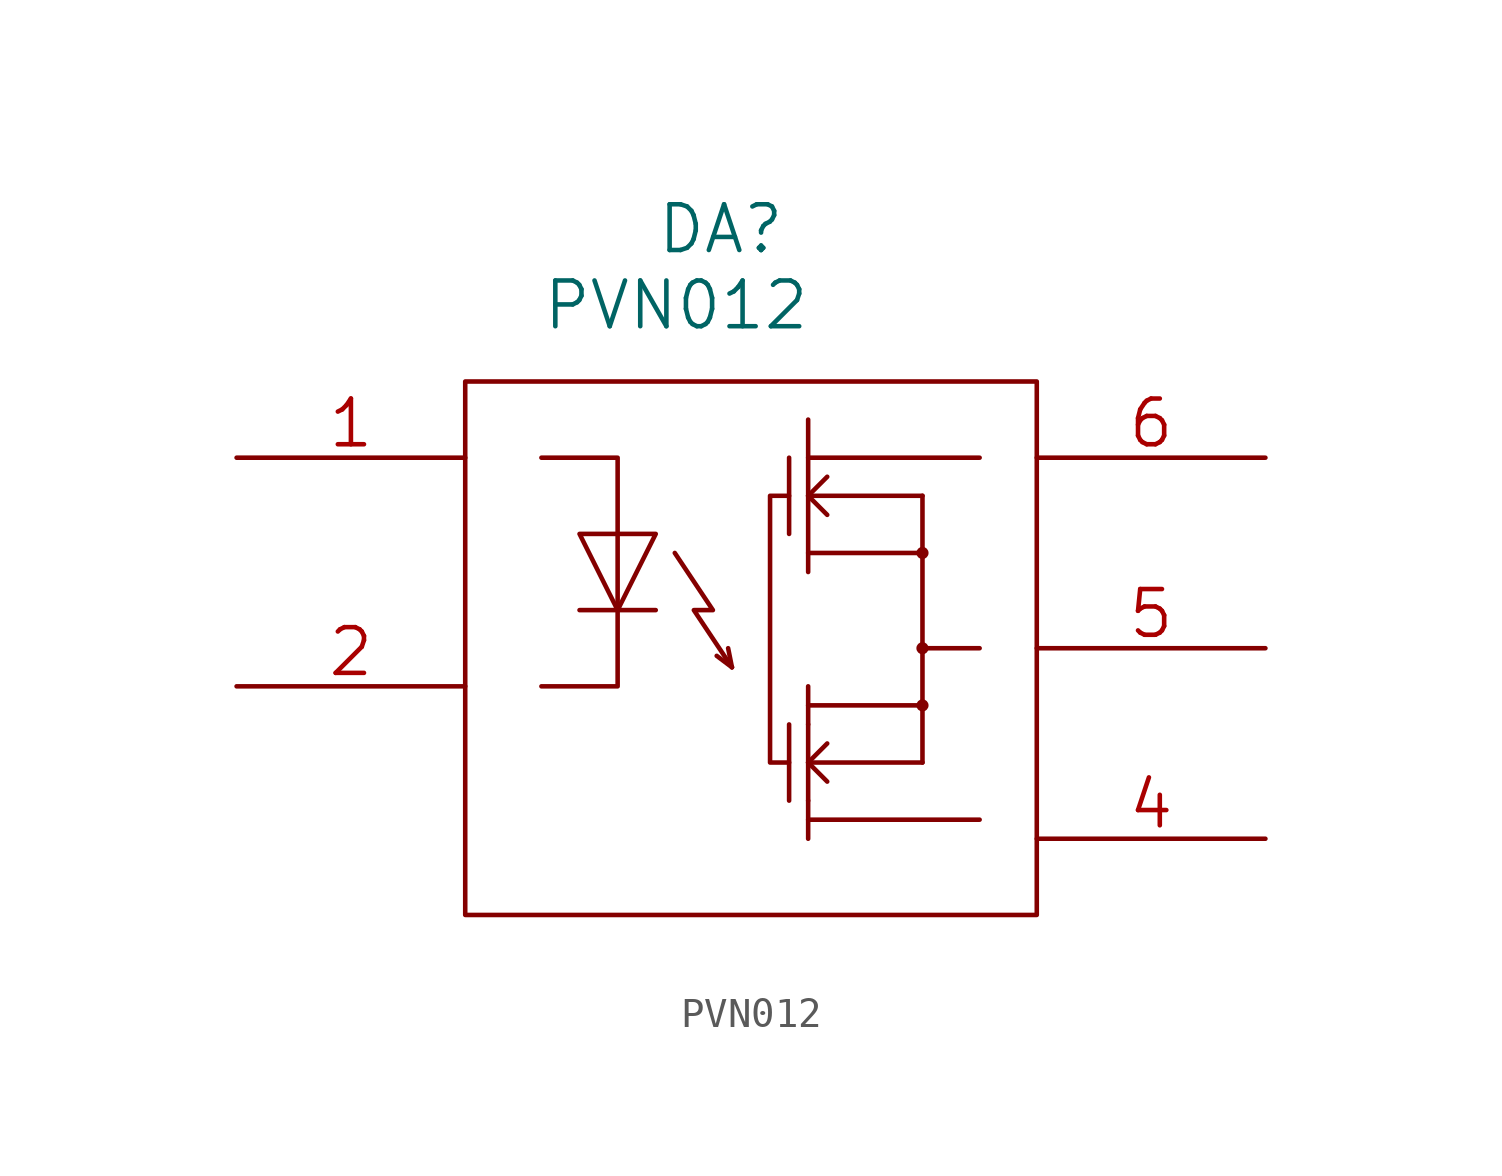
<source format=kicad_sym>
(kicad_symbol_lib
  (version 20211014)
  (generator kicad_symbol_editor)
  (symbol "PVN012"
    (pin_names
      (offset 0.254))
    (property "Reference" "DA"
      (at 6.35 7.62 0)
      (effects (font (size 1.524 1.524)) (justify left)))
    (property "Value" "PVN012"
      (at 2.54 5.08 0)
      (effects (font (size 1.524 1.524)) (justify left)))
    (property "Footprint" ""
      (at 0 0 0)
      (effects (font (size 1.524 1.524))))
    (property "Datasheet" ""
      (at 0 0 0)
      (effects (font (size 1.524 1.524))))
    (symbol "PVN012_0_1"
      (polyline (pts (xy 8.89 -6.985) (xy 8.382 -6.604)) (stroke (width 0) (type default) (color 0 0 0 0)) (fill (type none)))
      (polyline (pts (xy 10.795 -8.89) (xy 10.795 -11.43)) (stroke (width 0) (type default) (color 0 0 0 0)) (fill (type none)))
      (polyline (pts (xy 10.795 0) (xy 10.795 -2.54)) (stroke (width 0) (type default) (color 0 0 0 0)) (fill (type none)))
      (polyline (pts (xy 11.43 -12.065) (xy 17.145 -12.065)) (stroke (width 0) (type default) (color 0 0 0 0)) (fill (type none)))
      (polyline (pts (xy 11.43 -11.43) (xy 11.43 -12.7)) (stroke (width 0) (type default) (color 0 0 0 0)) (fill (type none)))
      (polyline (pts (xy 11.43 -10.16) (xy 12.065 -10.795)) (stroke (width 0) (type default) (color 0 0 0 0)) (fill (type none)))
      (polyline (pts (xy 11.43 -10.16) (xy 12.065 -9.525)) (stroke (width 0) (type default) (color 0 0 0 0)) (fill (type none)))
      (polyline (pts (xy 11.43 -10.16) (xy 15.24 -10.16)) (stroke (width 0) (type default) (color 0 0 0 0)) (fill (type none)))
      (polyline (pts (xy 11.43 -8.89) (xy 11.43 -11.43)) (stroke (width 0) (type default) (color 0 0 0 0)) (fill (type none)))
      (polyline (pts (xy 11.43 -8.255) (xy 15.24 -8.255)) (stroke (width 0) (type default) (color 0 0 0 0)) (fill (type none)))
      (polyline (pts (xy 11.43 -7.62) (xy 11.43 -8.89)) (stroke (width 0) (type default) (color 0 0 0 0)) (fill (type none)))
      (polyline (pts (xy 11.43 -3.81) (xy 11.43 1.27)) (stroke (width 0) (type default) (color 0 0 0 0)) (fill (type none)))
      (polyline (pts (xy 11.43 -3.175) (xy 15.24 -3.175)) (stroke (width 0) (type default) (color 0 0 0 0)) (fill (type none)))
      (polyline (pts (xy 11.43 -1.27) (xy 12.065 -1.905)) (stroke (width 0) (type default) (color 0 0 0 0)) (fill (type none)))
      (polyline (pts (xy 11.43 -1.27) (xy 12.065 -0.635)) (stroke (width 0) (type default) (color 0 0 0 0)) (fill (type none)))
      (polyline (pts (xy 11.43 -1.27) (xy 15.24 -1.27)) (stroke (width 0) (type default) (color 0 0 0 0)) (fill (type none)))
      (polyline (pts (xy 11.43 0) (xy 17.145 0)) (stroke (width 0) (type default) (color 0 0 0 0)) (fill (type none)))
      (polyline (pts (xy 15.24 -10.16) (xy 15.24 -1.27)) (stroke (width 0) (type default) (color 0 0 0 0)) (fill (type none)))
      (polyline (pts (xy 15.24 -6.35) (xy 17.145 -6.35)) (stroke (width 0) (type default) (color 0 0 0 0)) (fill (type none)))
      (polyline (pts (xy 5.08 -5.08) (xy 5.08 0) (xy 2.54 0)) (stroke (width 0) (type default) (color 0 0 0 0)) (fill (type none)))
      (polyline (pts (xy 8.89 -6.985) (xy 8.763 -6.35) (xy 8.763 -6.35)) (stroke (width 0) (type default) (color 0 0 0 0)) (fill (type none)))
      (polyline (pts (xy 2.54 -7.62) (xy 5.08 -7.62) (xy 5.08 -5.08) (xy 5.08 -5.08)) (stroke (width 0) (type default) (color 0 0 0 0)) (fill (type none)))
      (polyline (pts (xy 6.985 -3.175) (xy 8.255 -5.08) (xy 7.62 -5.08) (xy 8.89 -6.985)) (stroke (width 0) (type default) (color 0 0 0 0)) (fill (type none)))
      (polyline (pts (xy 10.795 -10.16) (xy 10.16 -10.16) (xy 10.16 -1.27) (xy 10.795 -1.27)) (stroke (width 0) (type default) (color 0 0 0 0)) (fill (type none)))
      (polyline (pts (xy 5.08 -5.08) (xy 3.81 -2.54) (xy 6.35 -2.54) (xy 5.08 -5.08) (xy 6.35 -5.08) (xy 3.81 -5.08) (xy 3.81 -5.08)) (stroke (width 0) (type default) (color 0 0 0 0)) (fill (type none)))
      (rectangle (start 0 2.54) (end 19.05 -15.24) (stroke (width 0) (type default) (color 0 0 0 0)) (fill (type none)))
      (circle (center 15.24 -8.255) (radius 0.127) (stroke (width 0) (type default) (color 0 0 0 0)) (fill (type outline)))
      (circle (center 15.24 -6.35) (radius 0.127) (stroke (width 0) (type default) (color 0 0 0 0)) (fill (type outline)))
      (circle (center 15.24 -3.175) (radius 0.127) (stroke (width 0) (type default) (color 0 0 0 0)) (fill (type outline))))
    (symbol "PVN012_1_1"
      (pin tri_state line (at -7.62 0 0) (length 7.62) (name "~" (effects (font (size 1.524 1.524)))) (number "1" (effects (font (size 1.524 1.524)))))
      (pin tri_state line (at -7.62 -7.62 0) (length 7.62) (name "~" (effects (font (size 1.524 1.524)))) (number "2" (effects (font (size 1.524 1.524)))))
      (pin tri_state line (at 0 -12.7 0) (length 0) hide (name "~" (effects (font (size 1.524 1.524)))) (number "3" (effects (font (size 1.524 1.524)))))
      (pin tri_state line (at 26.67 -12.7 180) (length 7.62) (name "~" (effects (font (size 1.524 1.524)))) (number "4" (effects (font (size 1.524 1.524)))))
      (pin tri_state line (at 26.67 -6.35 180) (length 7.62) (name "~" (effects (font (size 1.524 1.524)))) (number "5" (effects (font (size 1.524 1.524)))))
      (pin tri_state line (at 26.67 0 180) (length 7.62) (name "~" (effects (font (size 1.524 1.524)))) (number "6" (effects (font (size 1.524 1.524))))))))
</source>
